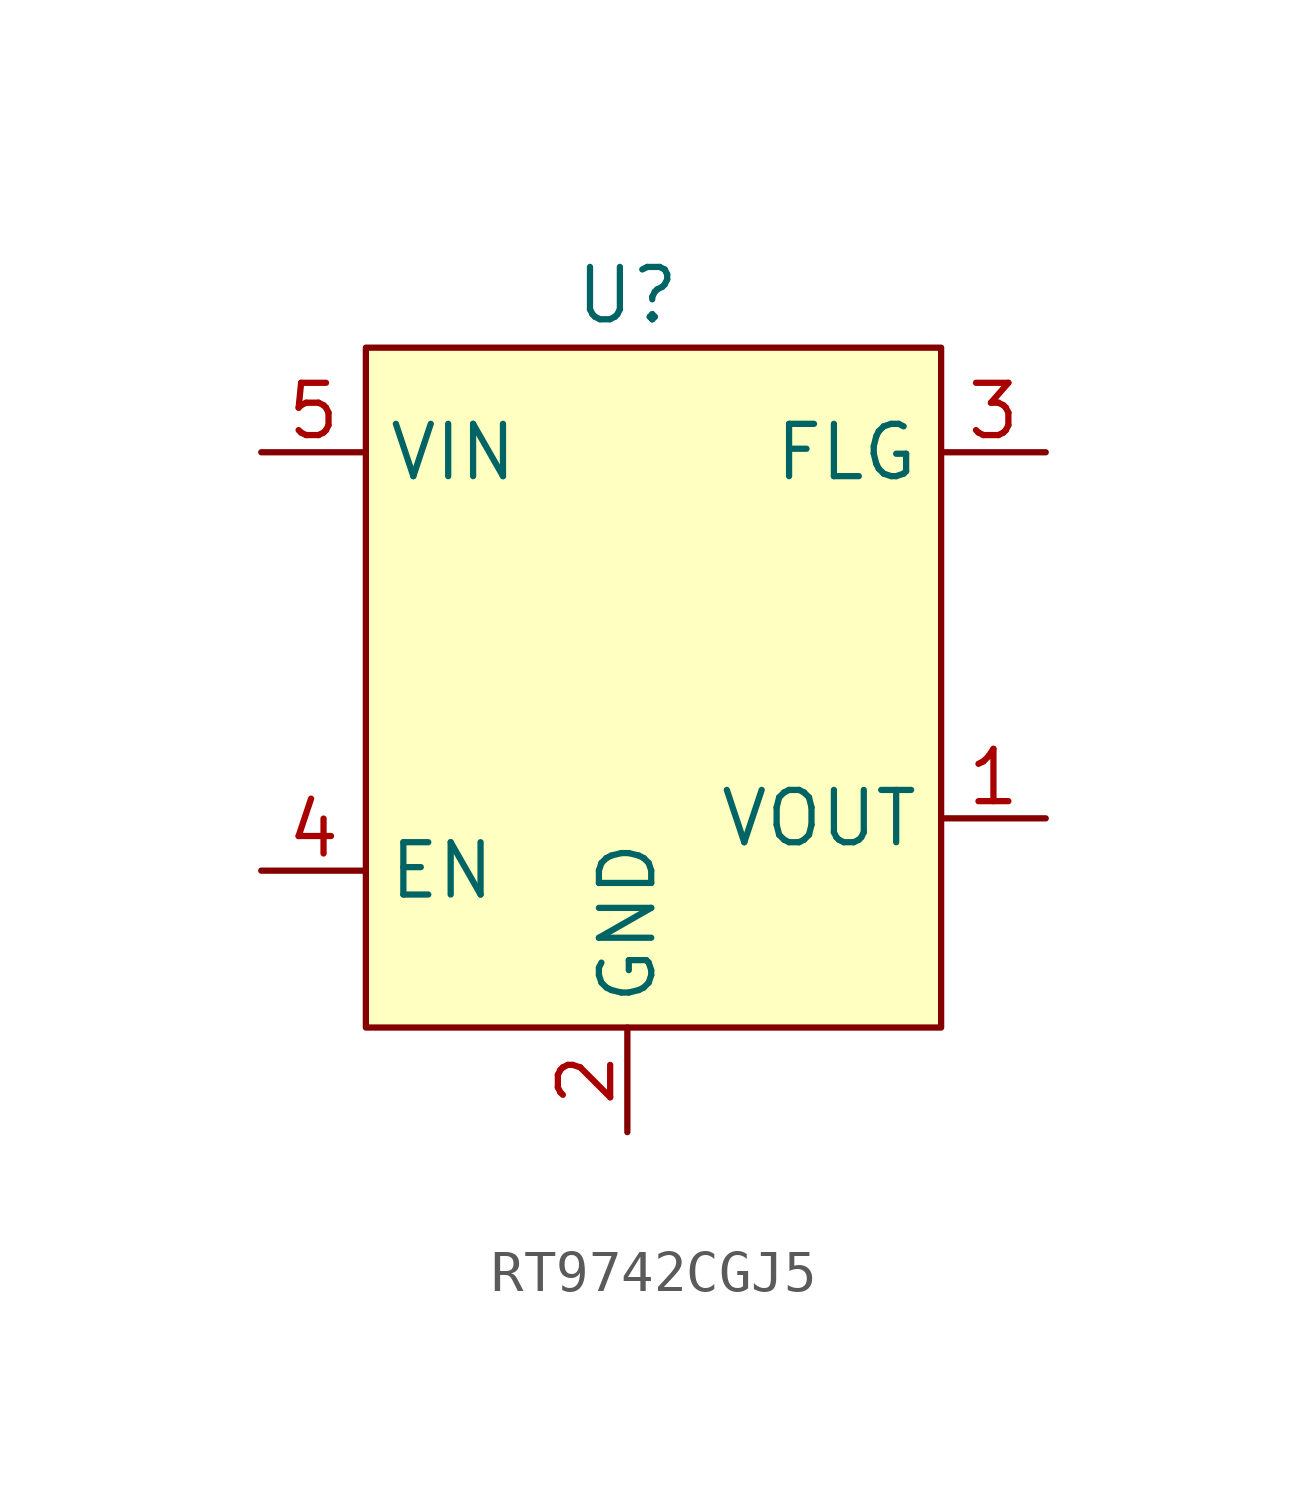
<source format=kicad_sym>
(kicad_symbol_lib
  (version 20241209)
  (generator "kicad_symbol_editor")
  (generator_version "9.0")
  (symbol "RT9742CGJ5"
    (property "Reference" "U"
      (at 0 0 0)
      (effects (font (size 1.27 1.27))))
    (property "Value" ""
      (at 0 0 0)
      (effects (font (size 1.27 1.27))))
    (symbol "RT9742CGJ5_1_1"
      (rectangle (start -6.35 -1.27) (end 7.62 -17.78) (stroke (width 0) (type solid)) (fill (type background)))
      (pin input line (at -8.89 -3.81 0) (length 2.54) (name "VIN" (effects (font (size 1.27 1.27)))) (number "5" (effects (font (size 1.27 1.27)))))
      (pin input line (at -8.89 -13.97 0) (length 2.54) (name "EN" (effects (font (size 1.27 1.27)))) (number "4" (effects (font (size 1.27 1.27)))))
      (pin passive line (at 0 -20.32 90) (length 2.54) (name "GND" (effects (font (size 1.27 1.27)))) (number "2" (effects (font (size 1.27 1.27)))))
      (pin passive line (at 10.16 -3.81 180) (length 2.54) (name "FLG" (effects (font (size 1.27 1.27)))) (number "3" (effects (font (size 1.27 1.27)))))
      (pin output line (at 10.16 -12.7 180) (length 2.54) (name "VOUT" (effects (font (size 1.27 1.27)))) (number "1" (effects (font (size 1.27 1.27))))))))
</source>
